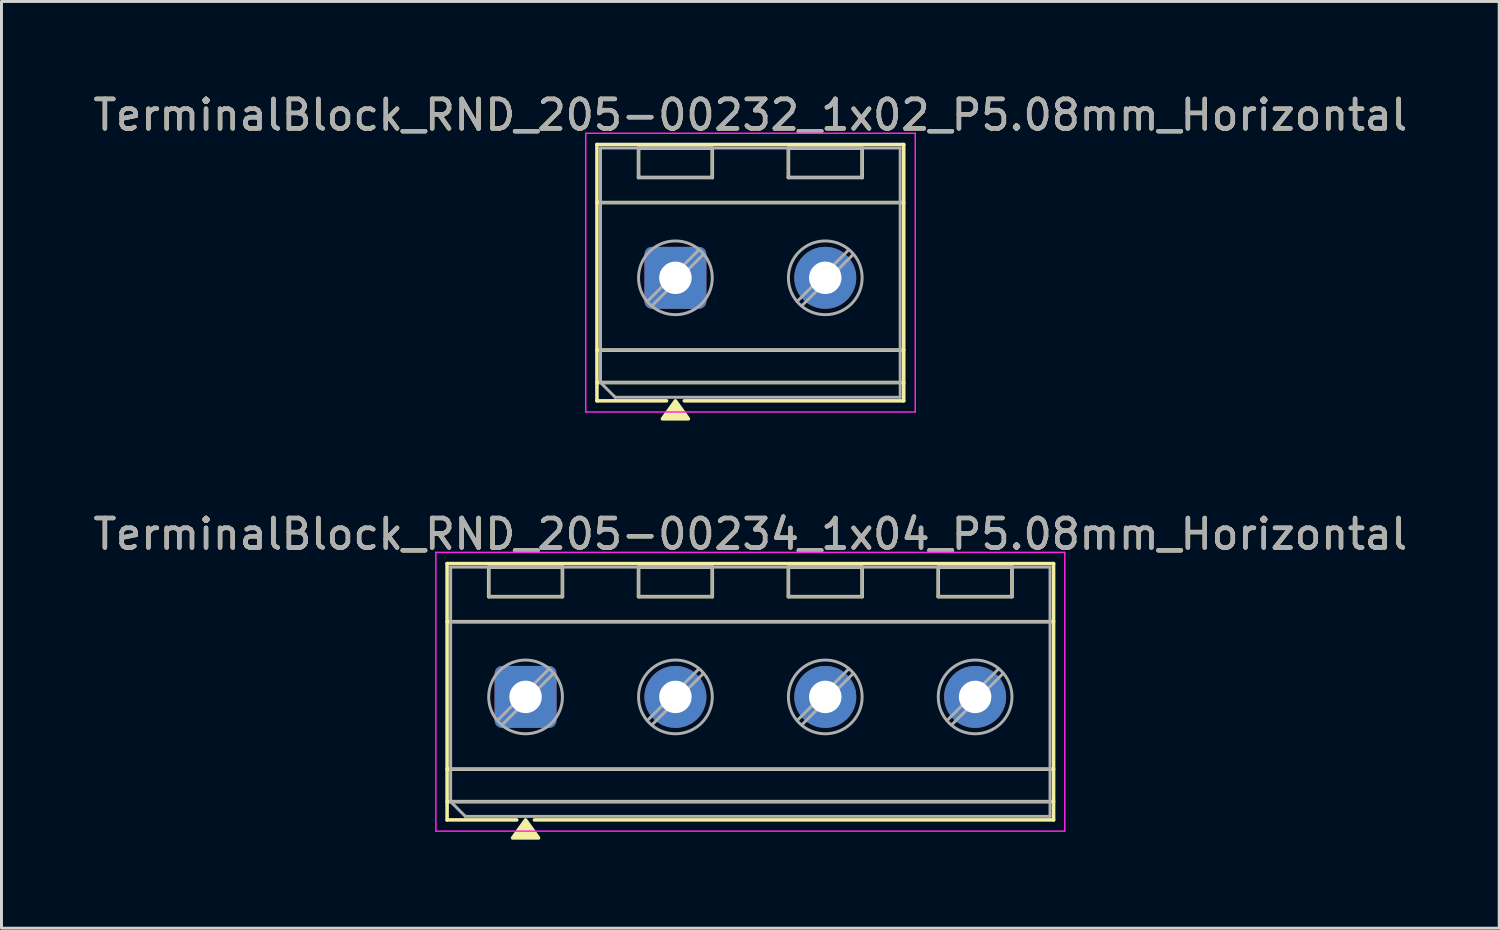
<source format=kicad_pcb>
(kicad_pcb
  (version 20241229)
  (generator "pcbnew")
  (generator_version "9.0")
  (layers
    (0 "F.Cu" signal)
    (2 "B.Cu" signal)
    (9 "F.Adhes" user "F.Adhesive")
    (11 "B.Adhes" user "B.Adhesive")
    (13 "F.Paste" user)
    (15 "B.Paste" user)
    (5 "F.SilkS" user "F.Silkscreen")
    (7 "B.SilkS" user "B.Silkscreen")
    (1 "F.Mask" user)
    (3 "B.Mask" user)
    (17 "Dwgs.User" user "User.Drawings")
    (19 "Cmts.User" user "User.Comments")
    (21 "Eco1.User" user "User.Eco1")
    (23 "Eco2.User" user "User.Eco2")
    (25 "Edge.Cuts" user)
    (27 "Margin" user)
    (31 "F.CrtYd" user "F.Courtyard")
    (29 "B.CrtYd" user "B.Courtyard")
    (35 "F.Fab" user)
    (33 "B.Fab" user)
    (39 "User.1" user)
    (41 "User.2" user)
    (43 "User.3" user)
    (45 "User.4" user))
  (footprint "TerminalBlock_RND_205-00234_1x04_P5.08mm_Horizontal"
    (layer "F.Cu")
    (at 14.767 20.576)
    (property "Reference" "TerminalBlock_RND_205-00234_1x04_P5.08mm_Horizontal" (at 7.62 -5.52 0) (layer "F.SilkS") (effects (font (size 1 1) (thickness 0.15))))
    (attr through_hole)
    (fp_line (start -2.66 -4.52) (end 17.9 -4.52) (stroke (width 0.12) (type solid)) (layer "F.SilkS"))
    (fp_line (start -2.66 -2.55) (end 17.9 -2.55) (stroke (width 0.12) (type solid)) (layer "F.SilkS"))
    (fp_line (start -2.66 2.45) (end 17.9 2.45) (stroke (width 0.12) (type solid)) (layer "F.SilkS"))
    (fp_line (start -2.66 3.55) (end 17.9 3.55) (stroke (width 0.12) (type solid)) (layer "F.SilkS"))
    (fp_line (start -2.66 4.17) (end -2.66 -4.52) (stroke (width 0.12) (type solid)) (layer "F.SilkS"))
    (fp_line (start -1.25 -4.4) (end 1.25 -4.4) (stroke (width 0.12) (type solid)) (layer "F.SilkS"))
    (fp_line (start -1.25 -3.4) (end -1.25 -4.4) (stroke (width 0.12) (type solid)) (layer "F.SilkS"))
    (fp_line (start -0.3 4.17) (end -2.66 4.17) (stroke (width 0.12) (type solid)) (layer "F.SilkS"))
    (fp_line (start 1.25 -4.4) (end 1.25 -3.4) (stroke (width 0.12) (type solid)) (layer "F.SilkS"))
    (fp_line (start 1.25 -3.4) (end -1.25 -3.4) (stroke (width 0.12) (type solid)) (layer "F.SilkS"))
    (fp_line (start 3.83 -4.4) (end 6.33 -4.4) (stroke (width 0.12) (type solid)) (layer "F.SilkS"))
    (fp_line (start 3.83 -3.4) (end 3.83 -4.4) (stroke (width 0.12) (type solid)) (layer "F.SilkS"))
    (fp_line (start 6.33 -4.4) (end 6.33 -3.4) (stroke (width 0.12) (type solid)) (layer "F.SilkS"))
    (fp_line (start 6.33 -3.4) (end 3.83 -3.4) (stroke (width 0.12) (type solid)) (layer "F.SilkS"))
    (fp_line (start 8.91 -4.4) (end 11.41 -4.4) (stroke (width 0.12) (type solid)) (layer "F.SilkS"))
    (fp_line (start 8.91 -3.4) (end 8.91 -4.4) (stroke (width 0.12) (type solid)) (layer "F.SilkS"))
    (fp_line (start 11.41 -4.4) (end 11.41 -3.4) (stroke (width 0.12) (type solid)) (layer "F.SilkS"))
    (fp_line (start 11.41 -3.4) (end 8.91 -3.4) (stroke (width 0.12) (type solid)) (layer "F.SilkS"))
    (fp_line (start 13.99 -4.4) (end 16.49 -4.4) (stroke (width 0.12) (type solid)) (layer "F.SilkS"))
    (fp_line (start 13.99 -3.4) (end 13.99 -4.4) (stroke (width 0.12) (type solid)) (layer "F.SilkS"))
    (fp_line (start 16.49 -4.4) (end 16.49 -3.4) (stroke (width 0.12) (type solid)) (layer "F.SilkS"))
    (fp_line (start 16.49 -3.4) (end 13.99 -3.4) (stroke (width 0.12) (type solid)) (layer "F.SilkS"))
    (fp_line (start 17.9 -4.52) (end 17.9 4.17) (stroke (width 0.12) (type solid)) (layer "F.SilkS"))
    (fp_line (start 17.9 4.17) (end 0.3 4.17) (stroke (width 0.12) (type solid)) (layer "F.SilkS"))
    (fp_poly (pts (xy 0 4.17) (xy 0.44 4.78) (xy -0.44 4.78)) (stroke (width 0.12) (type solid)) (fill yes) (layer "F.SilkS"))
    (fp_line (start -3.04 -4.9) (end -3.04 4.55) (stroke (width 0.05) (type solid)) (layer "F.CrtYd"))
    (fp_line (start -3.04 4.55) (end 18.28 4.55) (stroke (width 0.05) (type solid)) (layer "F.CrtYd"))
    (fp_line (start 18.28 -4.9) (end -3.04 -4.9) (stroke (width 0.05) (type solid)) (layer "F.CrtYd"))
    (fp_line (start 18.28 4.55) (end 18.28 -4.9) (stroke (width 0.05) (type solid)) (layer "F.CrtYd"))
    (fp_line (start -2.54 -4.4) (end 17.78 -4.4) (stroke (width 0.1) (type solid)) (layer "F.Fab"))
    (fp_line (start -2.54 -2.55) (end 17.78 -2.55) (stroke (width 0.1) (type solid)) (layer "F.Fab"))
    (fp_line (start -2.54 2.45) (end 17.78 2.45) (stroke (width 0.1) (type solid)) (layer "F.Fab"))
    (fp_line (start -2.54 3.55) (end -2.54 -4.4) (stroke (width 0.1) (type solid)) (layer "F.Fab"))
    (fp_line (start -2.54 3.55) (end 17.78 3.55) (stroke (width 0.1) (type solid)) (layer "F.Fab"))
    (fp_line (start -2.04 4.05) (end -2.54 3.55) (stroke (width 0.1) (type solid)) (layer "F.Fab"))
    (fp_line (start -1.25 -4.4) (end -1.25 -3.4) (stroke (width 0.1) (type solid)) (layer "F.Fab"))
    (fp_line (start -1.25 -3.4) (end 1.25 -3.4) (stroke (width 0.1) (type solid)) (layer "F.Fab"))
    (fp_line (start 0.795 -0.948) (end -0.948 0.795) (stroke (width 0.1) (type solid)) (layer "F.Fab"))
    (fp_line (start 0.948 -0.795) (end -0.795 0.948) (stroke (width 0.1) (type solid)) (layer "F.Fab"))
    (fp_line (start 1.25 -4.4) (end -1.25 -4.4) (stroke (width 0.1) (type solid)) (layer "F.Fab"))
    (fp_line (start 1.25 -3.4) (end 1.25 -4.4) (stroke (width 0.1) (type solid)) (layer "F.Fab"))
    (fp_line (start 3.83 -4.4) (end 3.83 -3.4) (stroke (width 0.1) (type solid)) (layer "F.Fab"))
    (fp_line (start 3.83 -3.4) (end 6.33 -3.4) (stroke (width 0.1) (type solid)) (layer "F.Fab"))
    (fp_line (start 5.875 -0.948) (end 4.132 0.795) (stroke (width 0.1) (type solid)) (layer "F.Fab"))
    (fp_line (start 6.028 -0.795) (end 4.285 0.948) (stroke (width 0.1) (type solid)) (layer "F.Fab"))
    (fp_line (start 6.33 -4.4) (end 3.83 -4.4) (stroke (width 0.1) (type solid)) (layer "F.Fab"))
    (fp_line (start 6.33 -3.4) (end 6.33 -4.4) (stroke (width 0.1) (type solid)) (layer "F.Fab"))
    (fp_line (start 8.91 -4.4) (end 8.91 -3.4) (stroke (width 0.1) (type solid)) (layer "F.Fab"))
    (fp_line (start 8.91 -3.4) (end 11.41 -3.4) (stroke (width 0.1) (type solid)) (layer "F.Fab"))
    (fp_line (start 10.955 -0.948) (end 9.212 0.795) (stroke (width 0.1) (type solid)) (layer "F.Fab"))
    (fp_line (start 11.108 -0.795) (end 9.365 0.948) (stroke (width 0.1) (type solid)) (layer "F.Fab"))
    (fp_line (start 11.41 -4.4) (end 8.91 -4.4) (stroke (width 0.1) (type solid)) (layer "F.Fab"))
    (fp_line (start 11.41 -3.4) (end 11.41 -4.4) (stroke (width 0.1) (type solid)) (layer "F.Fab"))
    (fp_line (start 13.99 -4.4) (end 13.99 -3.4) (stroke (width 0.1) (type solid)) (layer "F.Fab"))
    (fp_line (start 13.99 -3.4) (end 16.49 -3.4) (stroke (width 0.1) (type solid)) (layer "F.Fab"))
    (fp_line (start 16.035 -0.948) (end 14.292 0.795) (stroke (width 0.1) (type solid)) (layer "F.Fab"))
    (fp_line (start 16.188 -0.795) (end 14.445 0.948) (stroke (width 0.1) (type solid)) (layer "F.Fab"))
    (fp_line (start 16.49 -4.4) (end 13.99 -4.4) (stroke (width 0.1) (type solid)) (layer "F.Fab"))
    (fp_line (start 16.49 -3.4) (end 16.49 -4.4) (stroke (width 0.1) (type solid)) (layer "F.Fab"))
    (fp_line (start 17.78 -4.4) (end 17.78 4.05) (stroke (width 0.1) (type solid)) (layer "F.Fab"))
    (fp_line (start 17.78 4.05) (end -2.04 4.05) (stroke (width 0.1) (type solid)) (layer "F.Fab"))
    (fp_circle (center 0 0) (end 1.25 0) (stroke (width 0.1) (type solid)) (fill no) (layer "F.Fab"))
    (fp_circle (center 5.08 0) (end 6.33 0) (stroke (width 0.1) (type solid)) (fill no) (layer "F.Fab"))
    (fp_circle (center 10.16 0) (end 11.41 0) (stroke (width 0.1) (type solid)) (fill no) (layer "F.Fab"))
    (fp_circle (center 15.24 0) (end 16.49 0) (stroke (width 0.1) (type solid)) (fill no) (layer "F.Fab"))
    (fp_text user "${REFERENCE}" (at 7.62 -5.52 0) (layer "F.Fab") (effects (font (size 1 1) (thickness 0.15))))
    (pad "1" thru_hole roundrect (at 0 0) (size 2.1 2.1) (drill 1.1) (layers "*.Cu" "*.Mask") (roundrect_rratio 0.119))
    (pad "2" thru_hole circle (at 5.08 0) (size 2.1 2.1) (drill 1.1) (layers "*.Cu" "*.Mask"))
    (pad "3" thru_hole circle (at 10.16 0) (size 2.1 2.1) (drill 1.1) (layers "*.Cu" "*.Mask"))
    (pad "4" thru_hole circle (at 15.24 0) (size 2.1 2.1) (drill 1.1) (layers "*.Cu" "*.Mask")))
  (footprint "TerminalBlock_RND_205-00232_1x02_P5.08mm_Horizontal"
    (layer "F.Cu")
    (at 19.847 6.368)
    (property "Reference" "TerminalBlock_RND_205-00232_1x02_P5.08mm_Horizontal" (at 2.54 -5.52 0) (layer "F.SilkS") (effects (font (size 1 1) (thickness 0.15))))
    (attr through_hole)
    (fp_line (start -2.66 -4.52) (end 7.74 -4.52) (stroke (width 0.12) (type solid)) (layer "F.SilkS"))
    (fp_line (start -2.66 -2.55) (end 7.74 -2.55) (stroke (width 0.12) (type solid)) (layer "F.SilkS"))
    (fp_line (start -2.66 2.45) (end 7.74 2.45) (stroke (width 0.12) (type solid)) (layer "F.SilkS"))
    (fp_line (start -2.66 3.55) (end 7.74 3.55) (stroke (width 0.12) (type solid)) (layer "F.SilkS"))
    (fp_line (start -2.66 4.17) (end -2.66 -4.52) (stroke (width 0.12) (type solid)) (layer "F.SilkS"))
    (fp_line (start -1.25 -4.4) (end 1.25 -4.4) (stroke (width 0.12) (type solid)) (layer "F.SilkS"))
    (fp_line (start -1.25 -3.4) (end -1.25 -4.4) (stroke (width 0.12) (type solid)) (layer "F.SilkS"))
    (fp_line (start -0.3 4.17) (end -2.66 4.17) (stroke (width 0.12) (type solid)) (layer "F.SilkS"))
    (fp_line (start 1.25 -4.4) (end 1.25 -3.4) (stroke (width 0.12) (type solid)) (layer "F.SilkS"))
    (fp_line (start 1.25 -3.4) (end -1.25 -3.4) (stroke (width 0.12) (type solid)) (layer "F.SilkS"))
    (fp_line (start 3.83 -4.4) (end 6.33 -4.4) (stroke (width 0.12) (type solid)) (layer "F.SilkS"))
    (fp_line (start 3.83 -3.4) (end 3.83 -4.4) (stroke (width 0.12) (type solid)) (layer "F.SilkS"))
    (fp_line (start 6.33 -4.4) (end 6.33 -3.4) (stroke (width 0.12) (type solid)) (layer "F.SilkS"))
    (fp_line (start 6.33 -3.4) (end 3.83 -3.4) (stroke (width 0.12) (type solid)) (layer "F.SilkS"))
    (fp_line (start 7.74 -4.52) (end 7.74 4.17) (stroke (width 0.12) (type solid)) (layer "F.SilkS"))
    (fp_line (start 7.74 4.17) (end 0.3 4.17) (stroke (width 0.12) (type solid)) (layer "F.SilkS"))
    (fp_poly (pts (xy 0 4.17) (xy 0.44 4.78) (xy -0.44 4.78)) (stroke (width 0.12) (type solid)) (fill yes) (layer "F.SilkS"))
    (fp_line (start -3.04 -4.9) (end -3.04 4.55) (stroke (width 0.05) (type solid)) (layer "F.CrtYd"))
    (fp_line (start -3.04 4.55) (end 8.13 4.55) (stroke (width 0.05) (type solid)) (layer "F.CrtYd"))
    (fp_line (start 8.13 -4.9) (end -3.04 -4.9) (stroke (width 0.05) (type solid)) (layer "F.CrtYd"))
    (fp_line (start 8.13 4.55) (end 8.13 -4.9) (stroke (width 0.05) (type solid)) (layer "F.CrtYd"))
    (fp_line (start -2.54 -4.4) (end 7.62 -4.4) (stroke (width 0.1) (type solid)) (layer "F.Fab"))
    (fp_line (start -2.54 -2.55) (end 7.62 -2.55) (stroke (width 0.1) (type solid)) (layer "F.Fab"))
    (fp_line (start -2.54 2.45) (end 7.62 2.45) (stroke (width 0.1) (type solid)) (layer "F.Fab"))
    (fp_line (start -2.54 3.55) (end -2.54 -4.4) (stroke (width 0.1) (type solid)) (layer "F.Fab"))
    (fp_line (start -2.54 3.55) (end 7.62 3.55) (stroke (width 0.1) (type solid)) (layer "F.Fab"))
    (fp_line (start -2.04 4.05) (end -2.54 3.55) (stroke (width 0.1) (type solid)) (layer "F.Fab"))
    (fp_line (start -1.25 -4.4) (end -1.25 -3.4) (stroke (width 0.1) (type solid)) (layer "F.Fab"))
    (fp_line (start -1.25 -3.4) (end 1.25 -3.4) (stroke (width 0.1) (type solid)) (layer "F.Fab"))
    (fp_line (start 0.795 -0.948) (end -0.948 0.795) (stroke (width 0.1) (type solid)) (layer "F.Fab"))
    (fp_line (start 0.948 -0.795) (end -0.795 0.948) (stroke (width 0.1) (type solid)) (layer "F.Fab"))
    (fp_line (start 1.25 -4.4) (end -1.25 -4.4) (stroke (width 0.1) (type solid)) (layer "F.Fab"))
    (fp_line (start 1.25 -3.4) (end 1.25 -4.4) (stroke (width 0.1) (type solid)) (layer "F.Fab"))
    (fp_line (start 3.83 -4.4) (end 3.83 -3.4) (stroke (width 0.1) (type solid)) (layer "F.Fab"))
    (fp_line (start 3.83 -3.4) (end 6.33 -3.4) (stroke (width 0.1) (type solid)) (layer "F.Fab"))
    (fp_line (start 5.875 -0.948) (end 4.132 0.795) (stroke (width 0.1) (type solid)) (layer "F.Fab"))
    (fp_line (start 6.028 -0.795) (end 4.285 0.948) (stroke (width 0.1) (type solid)) (layer "F.Fab"))
    (fp_line (start 6.33 -4.4) (end 3.83 -4.4) (stroke (width 0.1) (type solid)) (layer "F.Fab"))
    (fp_line (start 6.33 -3.4) (end 6.33 -4.4) (stroke (width 0.1) (type solid)) (layer "F.Fab"))
    (fp_line (start 7.62 -4.4) (end 7.62 4.05) (stroke (width 0.1) (type solid)) (layer "F.Fab"))
    (fp_line (start 7.62 4.05) (end -2.04 4.05) (stroke (width 0.1) (type solid)) (layer "F.Fab"))
    (fp_circle (center 0 0) (end 1.25 0) (stroke (width 0.1) (type solid)) (fill no) (layer "F.Fab"))
    (fp_circle (center 5.08 0) (end 6.33 0) (stroke (width 0.1) (type solid)) (fill no) (layer "F.Fab"))
    (fp_text user "${REFERENCE}" (at 2.54 -5.52 0) (layer "F.Fab") (effects (font (size 1 1) (thickness 0.15))))
    (pad "1" thru_hole roundrect (at 0 0) (size 2.1 2.1) (drill 1.1) (layers "*.Cu" "*.Mask") (roundrect_rratio 0.119))
    (pad "2" thru_hole circle (at 5.08 0) (size 2.1 2.1) (drill 1.1) (layers "*.Cu" "*.Mask")))
  (gr_rect
    (start -3 -3)
    (end 47.774 28.416)
    (stroke (width 0.1) (type default))
    (fill no)
    (layer "Edge.Cuts")))
</source>
